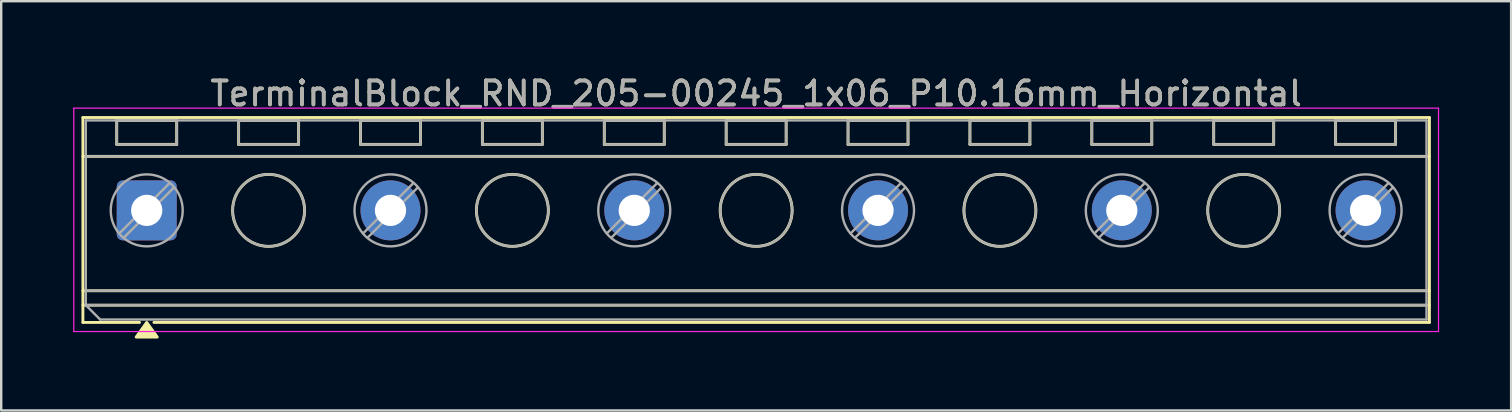
<source format=kicad_pcb>
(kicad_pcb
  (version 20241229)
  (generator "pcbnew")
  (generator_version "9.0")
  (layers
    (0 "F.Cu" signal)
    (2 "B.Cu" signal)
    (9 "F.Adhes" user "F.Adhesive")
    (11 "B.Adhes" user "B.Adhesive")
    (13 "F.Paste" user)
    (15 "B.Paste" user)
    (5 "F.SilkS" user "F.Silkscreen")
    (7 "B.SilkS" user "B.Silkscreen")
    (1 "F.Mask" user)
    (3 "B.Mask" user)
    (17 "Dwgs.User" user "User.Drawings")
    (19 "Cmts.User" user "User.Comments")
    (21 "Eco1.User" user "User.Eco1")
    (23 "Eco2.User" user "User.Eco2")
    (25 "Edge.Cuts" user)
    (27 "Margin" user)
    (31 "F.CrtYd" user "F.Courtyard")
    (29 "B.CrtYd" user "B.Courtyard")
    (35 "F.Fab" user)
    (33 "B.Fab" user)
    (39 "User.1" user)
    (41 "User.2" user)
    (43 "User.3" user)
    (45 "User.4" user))
  (footprint "TerminalBlock_RND_205-00245_1x06_P10.16mm_Horizontal"
    (layer "F.Cu")
    (at 3.065 5.718)
    (property "Reference" "TerminalBlock_RND_205-00245_1x06_P10.16mm_Horizontal" (at 25.4 -4.87 0) (layer "F.SilkS") (effects (font (size 1 1) (thickness 0.15))))
    (attr through_hole)
    (fp_line (start -2.66 -3.87) (end -2.66 4.67) (stroke (width 0.12) (type solid)) (layer "F.SilkS"))
    (fp_line (start -2.66 -3.87) (end 53.46 -3.87) (stroke (width 0.12) (type solid)) (layer "F.SilkS"))
    (fp_line (start -2.66 -2.25) (end 53.46 -2.25) (stroke (width 0.12) (type solid)) (layer "F.SilkS"))
    (fp_line (start -2.66 3.35) (end 53.46 3.35) (stroke (width 0.12) (type solid)) (layer "F.SilkS"))
    (fp_line (start -2.66 3.95) (end 53.46 3.95) (stroke (width 0.12) (type solid)) (layer "F.SilkS"))
    (fp_line (start -2.66 4.67) (end -0.3 4.67) (stroke (width 0.12) (type solid)) (layer "F.SilkS"))
    (fp_line (start -1.25 -3.75) (end -1.25 -2.75) (stroke (width 0.12) (type solid)) (layer "F.SilkS"))
    (fp_line (start -1.25 -3.75) (end 1.25 -3.75) (stroke (width 0.12) (type solid)) (layer "F.SilkS"))
    (fp_line (start -1.25 -2.75) (end 1.25 -2.75) (stroke (width 0.12) (type solid)) (layer "F.SilkS"))
    (fp_line (start 0.3 4.67) (end 53.46 4.67) (stroke (width 0.12) (type solid)) (layer "F.SilkS"))
    (fp_line (start 1.25 -3.75) (end 1.25 -2.75) (stroke (width 0.12) (type solid)) (layer "F.SilkS"))
    (fp_line (start 3.83 -3.75) (end 3.83 -2.75) (stroke (width 0.12) (type solid)) (layer "F.SilkS"))
    (fp_line (start 3.83 -3.75) (end 6.33 -3.75) (stroke (width 0.12) (type solid)) (layer "F.SilkS"))
    (fp_line (start 3.83 -2.75) (end 6.33 -2.75) (stroke (width 0.12) (type solid)) (layer "F.SilkS"))
    (fp_line (start 6.33 -3.75) (end 6.33 -2.75) (stroke (width 0.12) (type solid)) (layer "F.SilkS"))
    (fp_line (start 8.91 -3.75) (end 8.91 -2.75) (stroke (width 0.12) (type solid)) (layer "F.SilkS"))
    (fp_line (start 8.91 -3.75) (end 11.41 -3.75) (stroke (width 0.12) (type solid)) (layer "F.SilkS"))
    (fp_line (start 8.91 -2.75) (end 11.41 -2.75) (stroke (width 0.12) (type solid)) (layer "F.SilkS"))
    (fp_line (start 11.41 -3.75) (end 11.41 -2.75) (stroke (width 0.12) (type solid)) (layer "F.SilkS"))
    (fp_line (start 13.99 -3.75) (end 13.99 -2.75) (stroke (width 0.12) (type solid)) (layer "F.SilkS"))
    (fp_line (start 13.99 -3.75) (end 16.49 -3.75) (stroke (width 0.12) (type solid)) (layer "F.SilkS"))
    (fp_line (start 13.99 -2.75) (end 16.49 -2.75) (stroke (width 0.12) (type solid)) (layer "F.SilkS"))
    (fp_line (start 16.49 -3.75) (end 16.49 -2.75) (stroke (width 0.12) (type solid)) (layer "F.SilkS"))
    (fp_line (start 19.07 -3.75) (end 19.07 -2.75) (stroke (width 0.12) (type solid)) (layer "F.SilkS"))
    (fp_line (start 19.07 -3.75) (end 21.57 -3.75) (stroke (width 0.12) (type solid)) (layer "F.SilkS"))
    (fp_line (start 19.07 -2.75) (end 21.57 -2.75) (stroke (width 0.12) (type solid)) (layer "F.SilkS"))
    (fp_line (start 21.57 -3.75) (end 21.57 -2.75) (stroke (width 0.12) (type solid)) (layer "F.SilkS"))
    (fp_line (start 24.15 -3.75) (end 24.15 -2.75) (stroke (width 0.12) (type solid)) (layer "F.SilkS"))
    (fp_line (start 24.15 -3.75) (end 26.65 -3.75) (stroke (width 0.12) (type solid)) (layer "F.SilkS"))
    (fp_line (start 24.15 -2.75) (end 26.65 -2.75) (stroke (width 0.12) (type solid)) (layer "F.SilkS"))
    (fp_line (start 26.65 -3.75) (end 26.65 -2.75) (stroke (width 0.12) (type solid)) (layer "F.SilkS"))
    (fp_line (start 29.23 -3.75) (end 29.23 -2.75) (stroke (width 0.12) (type solid)) (layer "F.SilkS"))
    (fp_line (start 29.23 -3.75) (end 31.73 -3.75) (stroke (width 0.12) (type solid)) (layer "F.SilkS"))
    (fp_line (start 29.23 -2.75) (end 31.73 -2.75) (stroke (width 0.12) (type solid)) (layer "F.SilkS"))
    (fp_line (start 31.73 -3.75) (end 31.73 -2.75) (stroke (width 0.12) (type solid)) (layer "F.SilkS"))
    (fp_line (start 34.31 -3.75) (end 34.31 -2.75) (stroke (width 0.12) (type solid)) (layer "F.SilkS"))
    (fp_line (start 34.31 -3.75) (end 36.81 -3.75) (stroke (width 0.12) (type solid)) (layer "F.SilkS"))
    (fp_line (start 34.31 -2.75) (end 36.81 -2.75) (stroke (width 0.12) (type solid)) (layer "F.SilkS"))
    (fp_line (start 36.81 -3.75) (end 36.81 -2.75) (stroke (width 0.12) (type solid)) (layer "F.SilkS"))
    (fp_line (start 39.39 -3.75) (end 39.39 -2.75) (stroke (width 0.12) (type solid)) (layer "F.SilkS"))
    (fp_line (start 39.39 -3.75) (end 41.89 -3.75) (stroke (width 0.12) (type solid)) (layer "F.SilkS"))
    (fp_line (start 39.39 -2.75) (end 41.89 -2.75) (stroke (width 0.12) (type solid)) (layer "F.SilkS"))
    (fp_line (start 41.89 -3.75) (end 41.89 -2.75) (stroke (width 0.12) (type solid)) (layer "F.SilkS"))
    (fp_line (start 44.47 -3.75) (end 44.47 -2.75) (stroke (width 0.12) (type solid)) (layer "F.SilkS"))
    (fp_line (start 44.47 -3.75) (end 46.97 -3.75) (stroke (width 0.12) (type solid)) (layer "F.SilkS"))
    (fp_line (start 44.47 -2.75) (end 46.97 -2.75) (stroke (width 0.12) (type solid)) (layer "F.SilkS"))
    (fp_line (start 46.97 -3.75) (end 46.97 -2.75) (stroke (width 0.12) (type solid)) (layer "F.SilkS"))
    (fp_line (start 49.55 -3.75) (end 49.55 -2.75) (stroke (width 0.12) (type solid)) (layer "F.SilkS"))
    (fp_line (start 49.55 -3.75) (end 52.05 -3.75) (stroke (width 0.12) (type solid)) (layer "F.SilkS"))
    (fp_line (start 49.55 -2.75) (end 52.05 -2.75) (stroke (width 0.12) (type solid)) (layer "F.SilkS"))
    (fp_line (start 52.05 -3.75) (end 52.05 -2.75) (stroke (width 0.12) (type solid)) (layer "F.SilkS"))
    (fp_line (start 53.46 -3.87) (end 53.46 4.67) (stroke (width 0.12) (type solid)) (layer "F.SilkS"))
    (fp_circle (center 5.08 0) (end 6.58 0) (stroke (width 0.12) (type solid)) (fill no) (layer "F.SilkS"))
    (fp_circle (center 15.24 0) (end 16.74 0) (stroke (width 0.12) (type solid)) (fill no) (layer "F.SilkS"))
    (fp_circle (center 25.4 0) (end 26.9 0) (stroke (width 0.12) (type solid)) (fill no) (layer "F.SilkS"))
    (fp_circle (center 35.56 0) (end 37.06 0) (stroke (width 0.12) (type solid)) (fill no) (layer "F.SilkS"))
    (fp_circle (center 45.72 0) (end 47.22 0) (stroke (width 0.12) (type solid)) (fill no) (layer "F.SilkS"))
    (fp_poly (pts (xy 0 4.67) (xy 0.44 5.28) (xy -0.44 5.28)) (stroke (width 0.12) (type solid)) (fill yes) (layer "F.SilkS"))
    (fp_line (start -3.04 -4.26) (end -3.04 5.05) (stroke (width 0.05) (type solid)) (layer "F.CrtYd"))
    (fp_line (start -3.04 5.05) (end 53.84 5.05) (stroke (width 0.05) (type solid)) (layer "F.CrtYd"))
    (fp_line (start 53.84 -4.26) (end -3.04 -4.26) (stroke (width 0.05) (type solid)) (layer "F.CrtYd"))
    (fp_line (start 53.84 5.05) (end 53.84 -4.26) (stroke (width 0.05) (type solid)) (layer "F.CrtYd"))
    (fp_line (start -2.54 -3.75) (end 53.34 -3.75) (stroke (width 0.1) (type solid)) (layer "F.Fab"))
    (fp_line (start -2.54 -2.25) (end 53.34 -2.25) (stroke (width 0.1) (type solid)) (layer "F.Fab"))
    (fp_line (start -2.54 3.35) (end 53.34 3.35) (stroke (width 0.1) (type solid)) (layer "F.Fab"))
    (fp_line (start -2.54 3.95) (end -2.54 -3.75) (stroke (width 0.1) (type solid)) (layer "F.Fab"))
    (fp_line (start -2.54 3.95) (end 53.34 3.95) (stroke (width 0.1) (type solid)) (layer "F.Fab"))
    (fp_line (start -1.94 4.55) (end -2.54 3.95) (stroke (width 0.1) (type solid)) (layer "F.Fab"))
    (fp_line (start -1.25 -3.75) (end -1.25 -2.75) (stroke (width 0.1) (type solid)) (layer "F.Fab"))
    (fp_line (start -1.25 -2.75) (end 1.25 -2.75) (stroke (width 0.1) (type solid)) (layer "F.Fab"))
    (fp_line (start 0.955 -1.138) (end -1.138 0.955) (stroke (width 0.1) (type solid)) (layer "F.Fab"))
    (fp_line (start 1.138 -0.955) (end -0.955 1.138) (stroke (width 0.1) (type solid)) (layer "F.Fab"))
    (fp_line (start 1.25 -3.75) (end -1.25 -3.75) (stroke (width 0.1) (type solid)) (layer "F.Fab"))
    (fp_line (start 1.25 -2.75) (end 1.25 -3.75) (stroke (width 0.1) (type solid)) (layer "F.Fab"))
    (fp_line (start 3.83 -3.75) (end 3.83 -2.75) (stroke (width 0.1) (type solid)) (layer "F.Fab"))
    (fp_line (start 3.83 -2.75) (end 6.33 -2.75) (stroke (width 0.1) (type solid)) (layer "F.Fab"))
    (fp_line (start 6.33 -3.75) (end 3.83 -3.75) (stroke (width 0.1) (type solid)) (layer "F.Fab"))
    (fp_line (start 6.33 -2.75) (end 6.33 -3.75) (stroke (width 0.1) (type solid)) (layer "F.Fab"))
    (fp_line (start 8.91 -3.75) (end 8.91 -2.75) (stroke (width 0.1) (type solid)) (layer "F.Fab"))
    (fp_line (start 8.91 -2.75) (end 11.41 -2.75) (stroke (width 0.1) (type solid)) (layer "F.Fab"))
    (fp_line (start 11.115 -1.138) (end 9.022 0.955) (stroke (width 0.1) (type solid)) (layer "F.Fab"))
    (fp_line (start 11.298 -0.955) (end 9.205 1.138) (stroke (width 0.1) (type solid)) (layer "F.Fab"))
    (fp_line (start 11.41 -3.75) (end 8.91 -3.75) (stroke (width 0.1) (type solid)) (layer "F.Fab"))
    (fp_line (start 11.41 -2.75) (end 11.41 -3.75) (stroke (width 0.1) (type solid)) (layer "F.Fab"))
    (fp_line (start 13.99 -3.75) (end 13.99 -2.75) (stroke (width 0.1) (type solid)) (layer "F.Fab"))
    (fp_line (start 13.99 -2.75) (end 16.49 -2.75) (stroke (width 0.1) (type solid)) (layer "F.Fab"))
    (fp_line (start 16.49 -3.75) (end 13.99 -3.75) (stroke (width 0.1) (type solid)) (layer "F.Fab"))
    (fp_line (start 16.49 -2.75) (end 16.49 -3.75) (stroke (width 0.1) (type solid)) (layer "F.Fab"))
    (fp_line (start 19.07 -3.75) (end 19.07 -2.75) (stroke (width 0.1) (type solid)) (layer "F.Fab"))
    (fp_line (start 19.07 -2.75) (end 21.57 -2.75) (stroke (width 0.1) (type solid)) (layer "F.Fab"))
    (fp_line (start 21.275 -1.138) (end 19.182 0.955) (stroke (width 0.1) (type solid)) (layer "F.Fab"))
    (fp_line (start 21.458 -0.955) (end 19.365 1.138) (stroke (width 0.1) (type solid)) (layer "F.Fab"))
    (fp_line (start 21.57 -3.75) (end 19.07 -3.75) (stroke (width 0.1) (type solid)) (layer "F.Fab"))
    (fp_line (start 21.57 -2.75) (end 21.57 -3.75) (stroke (width 0.1) (type solid)) (layer "F.Fab"))
    (fp_line (start 24.15 -3.75) (end 24.15 -2.75) (stroke (width 0.1) (type solid)) (layer "F.Fab"))
    (fp_line (start 24.15 -2.75) (end 26.65 -2.75) (stroke (width 0.1) (type solid)) (layer "F.Fab"))
    (fp_line (start 26.65 -3.75) (end 24.15 -3.75) (stroke (width 0.1) (type solid)) (layer "F.Fab"))
    (fp_line (start 26.65 -2.75) (end 26.65 -3.75) (stroke (width 0.1) (type solid)) (layer "F.Fab"))
    (fp_line (start 29.23 -3.75) (end 29.23 -2.75) (stroke (width 0.1) (type solid)) (layer "F.Fab"))
    (fp_line (start 29.23 -2.75) (end 31.73 -2.75) (stroke (width 0.1) (type solid)) (layer "F.Fab"))
    (fp_line (start 31.435 -1.138) (end 29.342 0.955) (stroke (width 0.1) (type solid)) (layer "F.Fab"))
    (fp_line (start 31.618 -0.955) (end 29.525 1.138) (stroke (width 0.1) (type solid)) (layer "F.Fab"))
    (fp_line (start 31.73 -3.75) (end 29.23 -3.75) (stroke (width 0.1) (type solid)) (layer "F.Fab"))
    (fp_line (start 31.73 -2.75) (end 31.73 -3.75) (stroke (width 0.1) (type solid)) (layer "F.Fab"))
    (fp_line (start 34.31 -3.75) (end 34.31 -2.75) (stroke (width 0.1) (type solid)) (layer "F.Fab"))
    (fp_line (start 34.31 -2.75) (end 36.81 -2.75) (stroke (width 0.1) (type solid)) (layer "F.Fab"))
    (fp_line (start 36.81 -3.75) (end 34.31 -3.75) (stroke (width 0.1) (type solid)) (layer "F.Fab"))
    (fp_line (start 36.81 -2.75) (end 36.81 -3.75) (stroke (width 0.1) (type solid)) (layer "F.Fab"))
    (fp_line (start 39.39 -3.75) (end 39.39 -2.75) (stroke (width 0.1) (type solid)) (layer "F.Fab"))
    (fp_line (start 39.39 -2.75) (end 41.89 -2.75) (stroke (width 0.1) (type solid)) (layer "F.Fab"))
    (fp_line (start 41.595 -1.138) (end 39.502 0.955) (stroke (width 0.1) (type solid)) (layer "F.Fab"))
    (fp_line (start 41.778 -0.955) (end 39.685 1.138) (stroke (width 0.1) (type solid)) (layer "F.Fab"))
    (fp_line (start 41.89 -3.75) (end 39.39 -3.75) (stroke (width 0.1) (type solid)) (layer "F.Fab"))
    (fp_line (start 41.89 -2.75) (end 41.89 -3.75) (stroke (width 0.1) (type solid)) (layer "F.Fab"))
    (fp_line (start 44.47 -3.75) (end 44.47 -2.75) (stroke (width 0.1) (type solid)) (layer "F.Fab"))
    (fp_line (start 44.47 -2.75) (end 46.97 -2.75) (stroke (width 0.1) (type solid)) (layer "F.Fab"))
    (fp_line (start 46.97 -3.75) (end 44.47 -3.75) (stroke (width 0.1) (type solid)) (layer "F.Fab"))
    (fp_line (start 46.97 -2.75) (end 46.97 -3.75) (stroke (width 0.1) (type solid)) (layer "F.Fab"))
    (fp_line (start 49.55 -3.75) (end 49.55 -2.75) (stroke (width 0.1) (type solid)) (layer "F.Fab"))
    (fp_line (start 49.55 -2.75) (end 52.05 -2.75) (stroke (width 0.1) (type solid)) (layer "F.Fab"))
    (fp_line (start 51.755 -1.138) (end 49.662 0.955) (stroke (width 0.1) (type solid)) (layer "F.Fab"))
    (fp_line (start 51.938 -0.955) (end 49.845 1.138) (stroke (width 0.1) (type solid)) (layer "F.Fab"))
    (fp_line (start 52.05 -3.75) (end 49.55 -3.75) (stroke (width 0.1) (type solid)) (layer "F.Fab"))
    (fp_line (start 52.05 -2.75) (end 52.05 -3.75) (stroke (width 0.1) (type solid)) (layer "F.Fab"))
    (fp_line (start 53.34 -3.75) (end 53.34 4.55) (stroke (width 0.1) (type solid)) (layer "F.Fab"))
    (fp_line (start 53.34 4.55) (end -1.94 4.55) (stroke (width 0.1) (type solid)) (layer "F.Fab"))
    (fp_circle (center 0 0) (end 1.5 0) (stroke (width 0.1) (type solid)) (fill no) (layer "F.Fab"))
    (fp_circle (center 5.08 0) (end 6.58 0) (stroke (width 0.1) (type solid)) (fill no) (layer "F.Fab"))
    (fp_circle (center 10.16 0) (end 11.66 0) (stroke (width 0.1) (type solid)) (fill no) (layer "F.Fab"))
    (fp_circle (center 15.24 0) (end 16.74 0) (stroke (width 0.1) (type solid)) (fill no) (layer "F.Fab"))
    (fp_circle (center 20.32 0) (end 21.82 0) (stroke (width 0.1) (type solid)) (fill no) (layer "F.Fab"))
    (fp_circle (center 25.4 0) (end 26.9 0) (stroke (width 0.1) (type solid)) (fill no) (layer "F.Fab"))
    (fp_circle (center 30.48 0) (end 31.98 0) (stroke (width 0.1) (type solid)) (fill no) (layer "F.Fab"))
    (fp_circle (center 35.56 0) (end 37.06 0) (stroke (width 0.1) (type solid)) (fill no) (layer "F.Fab"))
    (fp_circle (center 40.64 0) (end 42.14 0) (stroke (width 0.1) (type solid)) (fill no) (layer "F.Fab"))
    (fp_circle (center 45.72 0) (end 47.22 0) (stroke (width 0.1) (type solid)) (fill no) (layer "F.Fab"))
    (fp_circle (center 50.8 0) (end 52.3 0) (stroke (width 0.1) (type solid)) (fill no) (layer "F.Fab"))
    (fp_text user "${REFERENCE}" (at 25.4 -4.87 0) (layer "F.Fab") (effects (font (size 1 1) (thickness 0.15))))
    (pad "1" thru_hole roundrect (at 0 0) (size 2.5 2.5) (drill 1.3) (layers "*.Cu" "*.Mask") (roundrect_rratio 0.1))
    (pad "2" thru_hole circle (at 10.16 0) (size 2.5 2.5) (drill 1.3) (layers "*.Cu" "*.Mask"))
    (pad "3" thru_hole circle (at 20.32 0) (size 2.5 2.5) (drill 1.3) (layers "*.Cu" "*.Mask"))
    (pad "4" thru_hole circle (at 30.48 0) (size 2.5 2.5) (drill 1.3) (layers "*.Cu" "*.Mask"))
    (pad "5" thru_hole circle (at 40.64 0) (size 2.5 2.5) (drill 1.3) (layers "*.Cu" "*.Mask"))
    (pad "6" thru_hole circle (at 50.8 0) (size 2.5 2.5) (drill 1.3) (layers "*.Cu" "*.Mask")))
  (gr_rect
    (start -3 -3)
    (end 59.93 14.058)
    (stroke (width 0.1) (type default))
    (fill no)
    (layer "Edge.Cuts")))
</source>
